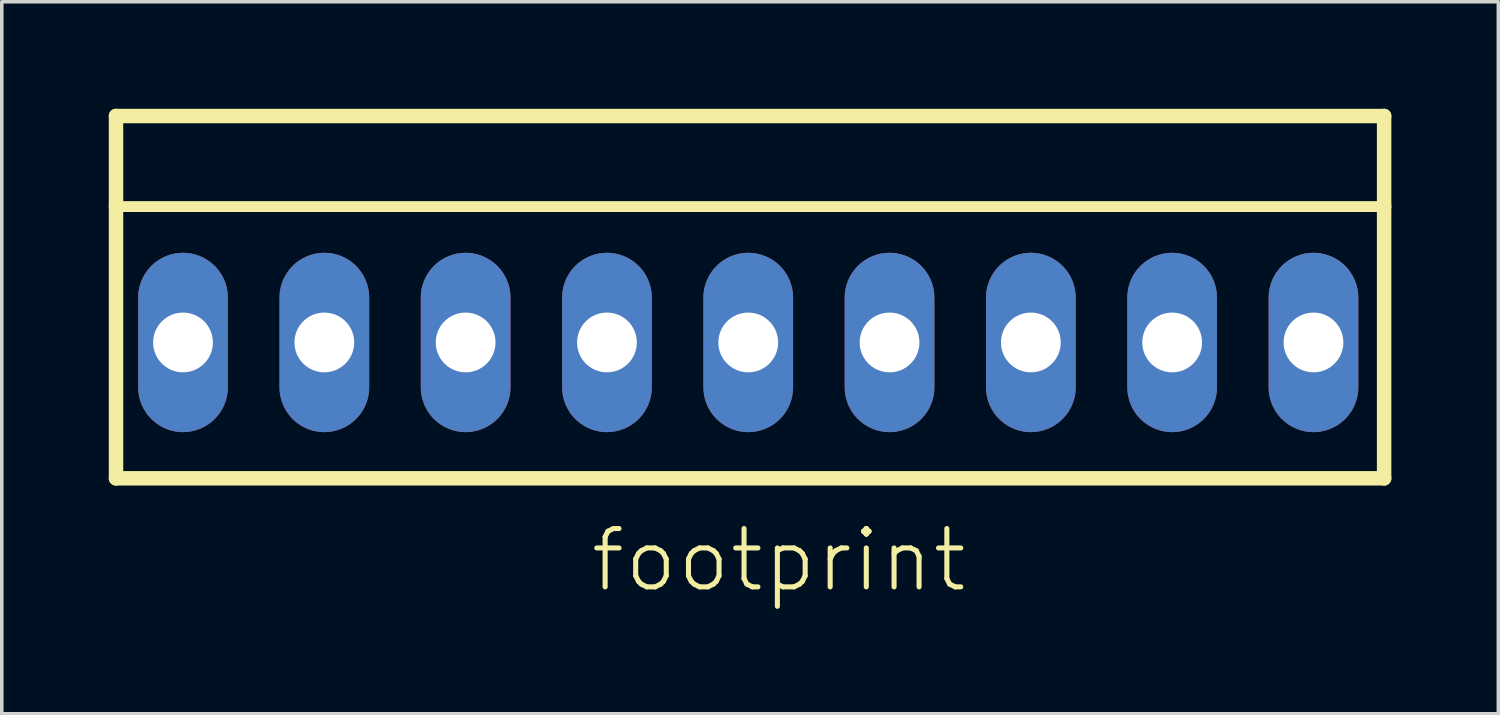
<source format=kicad_pcb>
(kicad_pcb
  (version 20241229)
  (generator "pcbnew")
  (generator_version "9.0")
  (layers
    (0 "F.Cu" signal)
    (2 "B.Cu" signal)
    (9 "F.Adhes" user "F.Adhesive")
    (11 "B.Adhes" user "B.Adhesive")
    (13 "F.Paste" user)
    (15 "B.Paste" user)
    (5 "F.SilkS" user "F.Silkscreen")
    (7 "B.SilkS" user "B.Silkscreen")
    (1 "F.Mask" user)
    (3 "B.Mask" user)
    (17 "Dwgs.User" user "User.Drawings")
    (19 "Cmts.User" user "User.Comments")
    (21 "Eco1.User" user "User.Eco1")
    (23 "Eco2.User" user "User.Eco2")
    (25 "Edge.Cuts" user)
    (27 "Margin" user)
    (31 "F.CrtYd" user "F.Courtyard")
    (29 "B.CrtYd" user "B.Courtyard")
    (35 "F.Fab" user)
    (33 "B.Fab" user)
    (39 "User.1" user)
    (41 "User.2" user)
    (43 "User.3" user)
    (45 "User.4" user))
  (footprint "footprint"
    (layer "F.Cu")
    (at 17.932 6.553)
    (property "Reference" "footprint" (at -4.496 7.061 0) (layer "F.SilkS") (effects (font (size 1.636 1.636) (thickness 0.142)) (justify left bottom)))
    (fp_line (start -17.729 -6.35) (end 17.831 -6.35) (stroke (width 0.406) (type solid)) (layer "F.SilkS"))
    (fp_line (start -17.729 -3.81) (end -17.729 -6.35) (stroke (width 0.406) (type solid)) (layer "F.SilkS"))
    (fp_line (start -17.729 -3.81) (end 17.831 -3.81) (stroke (width 0.305) (type solid)) (layer "F.SilkS"))
    (fp_line (start -17.729 3.81) (end -17.729 -3.81) (stroke (width 0.406) (type solid)) (layer "F.SilkS"))
    (fp_line (start -17.729 3.81) (end 17.831 3.81) (stroke (width 0.406) (type solid)) (layer "F.SilkS"))
    (fp_line (start 17.831 -6.35) (end 17.831 -3.81) (stroke (width 0.406) (type solid)) (layer "F.SilkS"))
    (fp_line (start 17.831 -3.81) (end 17.831 3.81) (stroke (width 0.406) (type solid)) (layer "F.SilkS"))
    (fp_poly (pts (xy -16.358 0.508) (xy -15.342 0.508) (xy -15.342 -0.508) (xy -16.358 -0.508)) (stroke (width 0) (type solid)) (fill yes) (layer "F.SilkS"))
    (fp_poly (pts (xy -12.395 0.508) (xy -11.379 0.508) (xy -11.379 -0.508) (xy -12.395 -0.508)) (stroke (width 0) (type solid)) (fill yes) (layer "F.SilkS"))
    (fp_poly (pts (xy -8.433 0.508) (xy -7.417 0.508) (xy -7.417 -0.508) (xy -8.433 -0.508)) (stroke (width 0) (type solid)) (fill yes) (layer "F.SilkS"))
    (fp_poly (pts (xy -4.47 0.508) (xy -3.454 0.508) (xy -3.454 -0.508) (xy -4.47 -0.508)) (stroke (width 0) (type solid)) (fill yes) (layer "F.SilkS"))
    (fp_poly (pts (xy -0.508 0.508) (xy 0.508 0.508) (xy 0.508 -0.508) (xy -0.508 -0.508)) (stroke (width 0) (type solid)) (fill yes) (layer "F.SilkS"))
    (fp_poly (pts (xy 3.454 0.508) (xy 4.47 0.508) (xy 4.47 -0.508) (xy 3.454 -0.508)) (stroke (width 0) (type solid)) (fill yes) (layer "F.SilkS"))
    (fp_poly (pts (xy 7.417 0.508) (xy 8.433 0.508) (xy 8.433 -0.508) (xy 7.417 -0.508)) (stroke (width 0) (type solid)) (fill yes) (layer "F.SilkS"))
    (fp_poly (pts (xy 11.379 0.508) (xy 12.395 0.508) (xy 12.395 -0.508) (xy 11.379 -0.508)) (stroke (width 0) (type solid)) (fill yes) (layer "F.SilkS"))
    (fp_poly (pts (xy 15.342 0.508) (xy 16.358 0.508) (xy 16.358 -0.508) (xy 15.342 -0.508)) (stroke (width 0) (type solid)) (fill yes) (layer "F.SilkS"))
    (pad "1" thru_hole oval (at 15.85 0 90) (size 5.029 2.515) (drill 1.676) (layers "*.Cu" "*.Mask"))
    (pad "2" thru_hole oval (at 11.887 0 90) (size 5.029 2.515) (drill 1.676) (layers "*.Cu" "*.Mask"))
    (pad "3" thru_hole oval (at 7.925 0 90) (size 5.029 2.515) (drill 1.676) (layers "*.Cu" "*.Mask"))
    (pad "4" thru_hole oval (at 3.962 0 90) (size 5.029 2.515) (drill 1.676) (layers "*.Cu" "*.Mask"))
    (pad "5" thru_hole oval (at 0 0 90) (size 5.029 2.515) (drill 1.676) (layers "*.Cu" "*.Mask"))
    (pad "6" thru_hole oval (at -3.962 0 90) (size 5.029 2.515) (drill 1.676) (layers "*.Cu" "*.Mask"))
    (pad "7" thru_hole oval (at -7.925 0 90) (size 5.029 2.515) (drill 1.676) (layers "*.Cu" "*.Mask"))
    (pad "8" thru_hole oval (at -11.887 0 90) (size 5.029 2.515) (drill 1.676) (layers "*.Cu" "*.Mask"))
    (pad "9" thru_hole oval (at -15.85 0 90) (size 5.029 2.515) (drill 1.676) (layers "*.Cu" "*.Mask")))
  (gr_rect
    (start -3 -3)
    (end 38.966 16.965)
    (stroke (width 0.1) (type default))
    (fill no)
    (layer "Edge.Cuts")))
</source>
